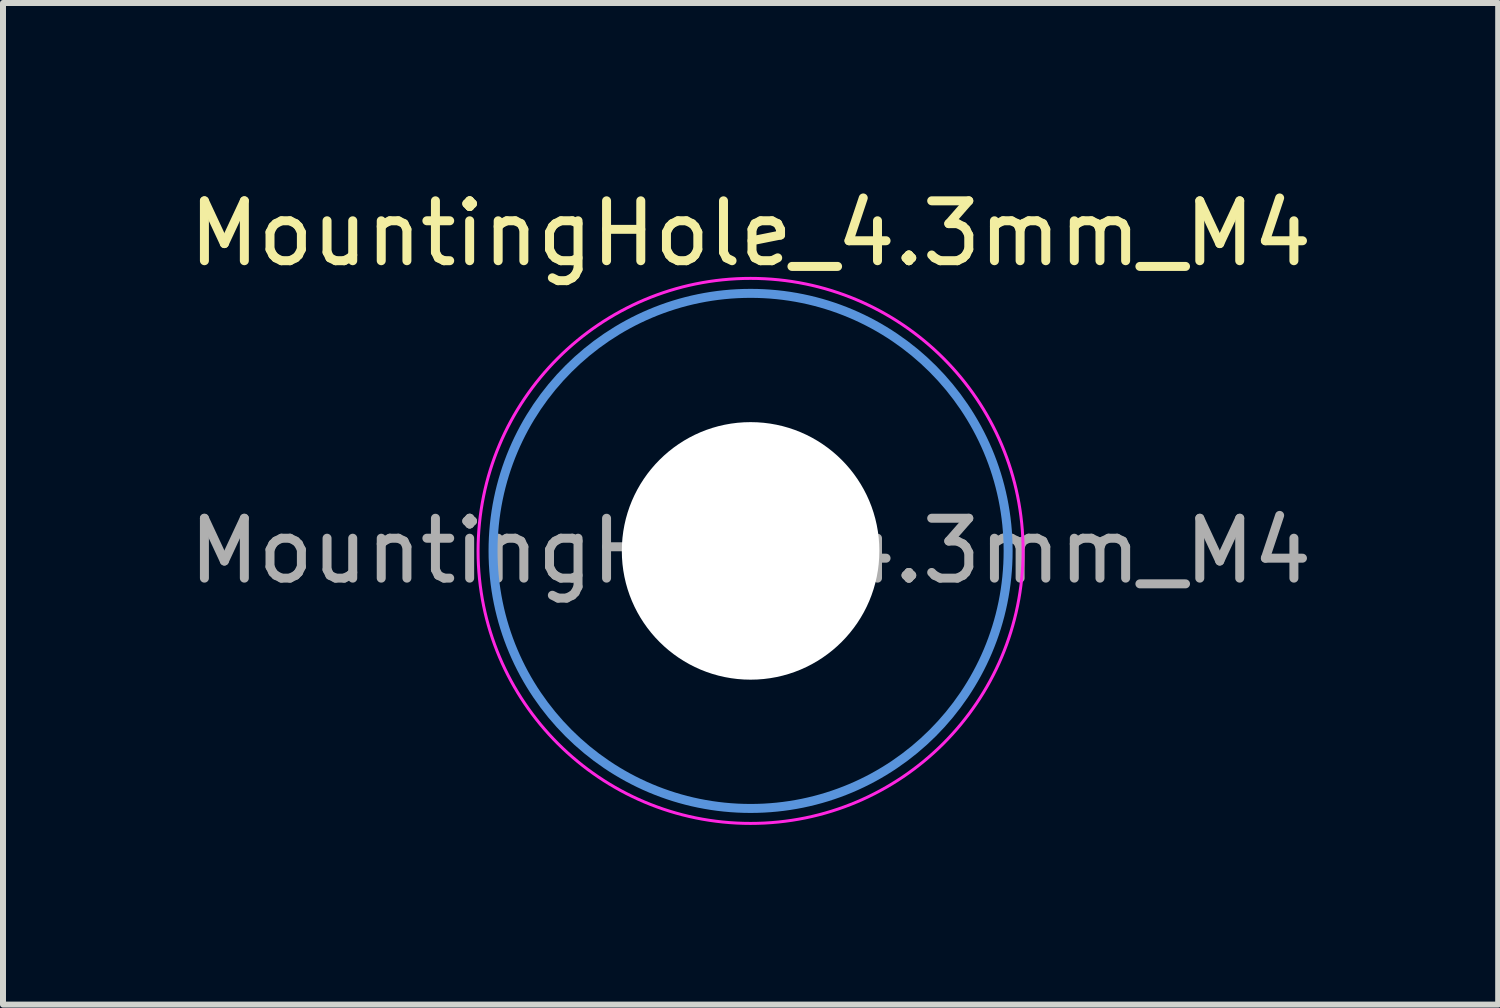
<source format=kicad_pcb>
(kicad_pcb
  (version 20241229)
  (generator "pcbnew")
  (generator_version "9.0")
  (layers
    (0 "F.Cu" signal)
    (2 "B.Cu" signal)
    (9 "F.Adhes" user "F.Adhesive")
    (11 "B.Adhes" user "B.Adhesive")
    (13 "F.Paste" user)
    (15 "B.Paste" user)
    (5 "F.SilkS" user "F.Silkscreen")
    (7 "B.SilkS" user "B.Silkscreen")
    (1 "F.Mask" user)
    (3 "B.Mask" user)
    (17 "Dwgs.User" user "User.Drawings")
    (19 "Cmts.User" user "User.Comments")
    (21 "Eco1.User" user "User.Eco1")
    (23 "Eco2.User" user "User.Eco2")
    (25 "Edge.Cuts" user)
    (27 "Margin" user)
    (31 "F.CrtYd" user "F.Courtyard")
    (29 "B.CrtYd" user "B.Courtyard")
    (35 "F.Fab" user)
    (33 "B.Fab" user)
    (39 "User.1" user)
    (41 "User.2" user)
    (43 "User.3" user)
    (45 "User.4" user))
  (footprint "MountingHole_4.3mm_M4"
    (layer "F.Cu")
    (at 9.482 6.148)
    (property "Reference" "MountingHole_4.3mm_M4" (at 0 -5.3 0) (layer "F.SilkS") (effects (font (size 1 1) (thickness 0.15))))
    (attr exclude_from_pos_files exclude_from_bom)
    (fp_circle (center 0 0) (end 4.3 0) (stroke (width 0.15) (type solid)) (fill no) (layer "Cmts.User"))
    (fp_circle (center 0 0) (end 4.55 0) (stroke (width 0.05) (type solid)) (fill no) (layer "F.CrtYd"))
    (fp_text user "${REFERENCE}" (at 0 0 0) (layer "F.Fab") (effects (font (size 1 1) (thickness 0.15))))
    (pad "" np_thru_hole circle (at 0 0) (size 4.3 4.3) (drill 4.3) (layers "*.Cu" "*.Mask")))
  (gr_rect
    (start -3 -3)
    (end 21.964 13.723)
    (stroke (width 0.1) (type default))
    (fill no)
    (layer "Edge.Cuts")))
</source>
